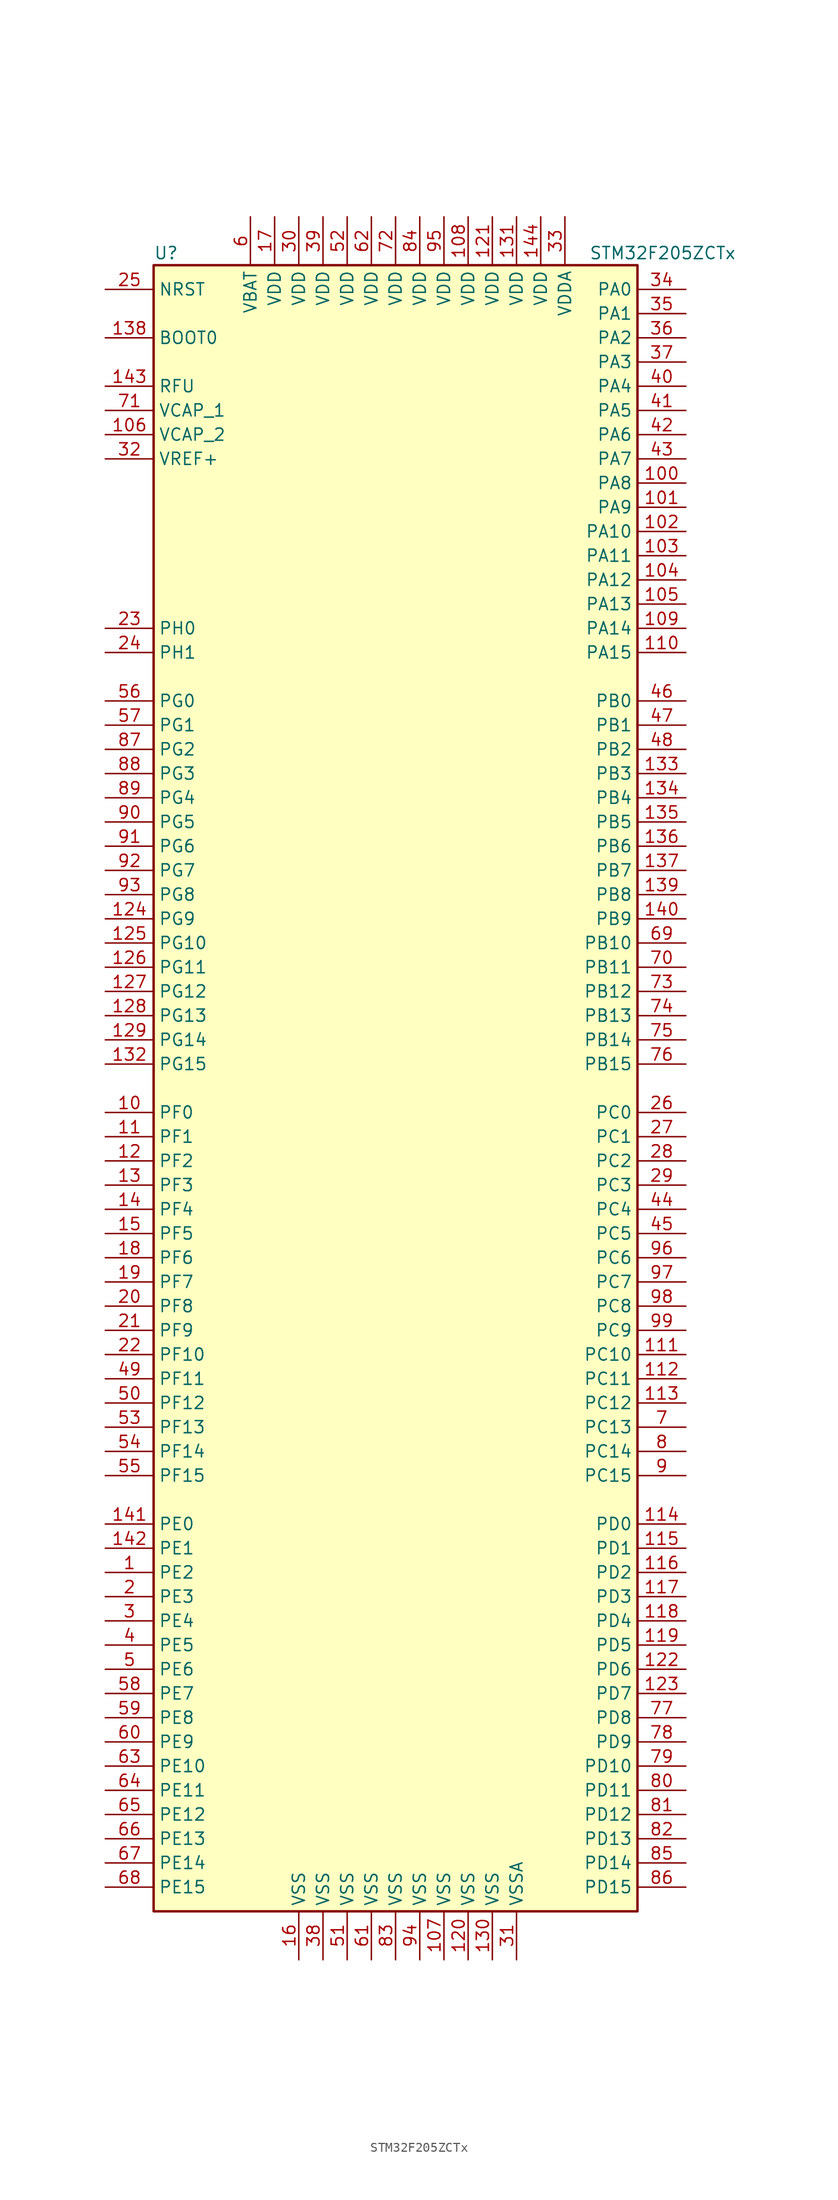
<source format=kicad_sym>
(kicad_symbol_lib
  (version 20201005)
  (generator kicad_symbol_editor)
  (symbol "STM32F205ZCTx"
    (property "Reference" "U"
      (at -25.4 87.63 0)
      (effects (font (size 1.27 1.27)) (justify left)))
    (property "Value" "STM32F205ZCTx"
      (at 20.32 87.63 0)
      (effects (font (size 1.27 1.27)) (justify left)))
    (symbol "STM32F205ZCTx_0_1"
      (rectangle (start -25.4 -86.36) (end 25.4 86.36) (stroke (width 0.254)) (fill (type background))))
    (symbol "STM32F205ZCTx_1_1"
      (pin input line (at -30.48 78.74 0) (length 5.08) (name "BOOT0" (effects (font (size 1.27 1.27)))) (number "138" (effects (font (size 1.27 1.27)))))
      (pin input line (at -30.48 83.82 0) (length 5.08) (name "NRST" (effects (font (size 1.27 1.27)))) (number "25" (effects (font (size 1.27 1.27)))))
      (pin bidirectional line (at 30.48 83.82 180) (length 5.08) (name "PA0" (effects (font (size 1.27 1.27)))) (number "34" (effects (font (size 1.27 1.27)))))
      (pin bidirectional line (at 30.48 81.28 180) (length 5.08) (name "PA1" (effects (font (size 1.27 1.27)))) (number "35" (effects (font (size 1.27 1.27)))))
      (pin bidirectional line (at 30.48 58.42 180) (length 5.08) (name "PA10" (effects (font (size 1.27 1.27)))) (number "102" (effects (font (size 1.27 1.27)))))
      (pin bidirectional line (at 30.48 55.88 180) (length 5.08) (name "PA11" (effects (font (size 1.27 1.27)))) (number "103" (effects (font (size 1.27 1.27)))))
      (pin bidirectional line (at 30.48 53.34 180) (length 5.08) (name "PA12" (effects (font (size 1.27 1.27)))) (number "104" (effects (font (size 1.27 1.27)))))
      (pin bidirectional line (at 30.48 50.8 180) (length 5.08) (name "PA13" (effects (font (size 1.27 1.27)))) (number "105" (effects (font (size 1.27 1.27)))))
      (pin bidirectional line (at 30.48 48.26 180) (length 5.08) (name "PA14" (effects (font (size 1.27 1.27)))) (number "109" (effects (font (size 1.27 1.27)))))
      (pin bidirectional line (at 30.48 45.72 180) (length 5.08) (name "PA15" (effects (font (size 1.27 1.27)))) (number "110" (effects (font (size 1.27 1.27)))))
      (pin bidirectional line (at 30.48 78.74 180) (length 5.08) (name "PA2" (effects (font (size 1.27 1.27)))) (number "36" (effects (font (size 1.27 1.27)))))
      (pin bidirectional line (at 30.48 76.2 180) (length 5.08) (name "PA3" (effects (font (size 1.27 1.27)))) (number "37" (effects (font (size 1.27 1.27)))))
      (pin bidirectional line (at 30.48 73.66 180) (length 5.08) (name "PA4" (effects (font (size 1.27 1.27)))) (number "40" (effects (font (size 1.27 1.27)))))
      (pin bidirectional line (at 30.48 71.12 180) (length 5.08) (name "PA5" (effects (font (size 1.27 1.27)))) (number "41" (effects (font (size 1.27 1.27)))))
      (pin bidirectional line (at 30.48 68.58 180) (length 5.08) (name "PA6" (effects (font (size 1.27 1.27)))) (number "42" (effects (font (size 1.27 1.27)))))
      (pin bidirectional line (at 30.48 66.04 180) (length 5.08) (name "PA7" (effects (font (size 1.27 1.27)))) (number "43" (effects (font (size 1.27 1.27)))))
      (pin bidirectional line (at 30.48 63.5 180) (length 5.08) (name "PA8" (effects (font (size 1.27 1.27)))) (number "100" (effects (font (size 1.27 1.27)))))
      (pin bidirectional line (at 30.48 60.96 180) (length 5.08) (name "PA9" (effects (font (size 1.27 1.27)))) (number "101" (effects (font (size 1.27 1.27)))))
      (pin bidirectional line (at 30.48 40.64 180) (length 5.08) (name "PB0" (effects (font (size 1.27 1.27)))) (number "46" (effects (font (size 1.27 1.27)))))
      (pin bidirectional line (at 30.48 38.1 180) (length 5.08) (name "PB1" (effects (font (size 1.27 1.27)))) (number "47" (effects (font (size 1.27 1.27)))))
      (pin bidirectional line (at 30.48 15.24 180) (length 5.08) (name "PB10" (effects (font (size 1.27 1.27)))) (number "69" (effects (font (size 1.27 1.27)))))
      (pin bidirectional line (at 30.48 12.7 180) (length 5.08) (name "PB11" (effects (font (size 1.27 1.27)))) (number "70" (effects (font (size 1.27 1.27)))))
      (pin bidirectional line (at 30.48 10.16 180) (length 5.08) (name "PB12" (effects (font (size 1.27 1.27)))) (number "73" (effects (font (size 1.27 1.27)))))
      (pin bidirectional line (at 30.48 7.62 180) (length 5.08) (name "PB13" (effects (font (size 1.27 1.27)))) (number "74" (effects (font (size 1.27 1.27)))))
      (pin bidirectional line (at 30.48 5.08 180) (length 5.08) (name "PB14" (effects (font (size 1.27 1.27)))) (number "75" (effects (font (size 1.27 1.27)))))
      (pin bidirectional line (at 30.48 2.54 180) (length 5.08) (name "PB15" (effects (font (size 1.27 1.27)))) (number "76" (effects (font (size 1.27 1.27)))))
      (pin bidirectional line (at 30.48 35.56 180) (length 5.08) (name "PB2" (effects (font (size 1.27 1.27)))) (number "48" (effects (font (size 1.27 1.27)))))
      (pin bidirectional line (at 30.48 33.02 180) (length 5.08) (name "PB3" (effects (font (size 1.27 1.27)))) (number "133" (effects (font (size 1.27 1.27)))))
      (pin bidirectional line (at 30.48 30.48 180) (length 5.08) (name "PB4" (effects (font (size 1.27 1.27)))) (number "134" (effects (font (size 1.27 1.27)))))
      (pin bidirectional line (at 30.48 27.94 180) (length 5.08) (name "PB5" (effects (font (size 1.27 1.27)))) (number "135" (effects (font (size 1.27 1.27)))))
      (pin bidirectional line (at 30.48 25.4 180) (length 5.08) (name "PB6" (effects (font (size 1.27 1.27)))) (number "136" (effects (font (size 1.27 1.27)))))
      (pin bidirectional line (at 30.48 22.86 180) (length 5.08) (name "PB7" (effects (font (size 1.27 1.27)))) (number "137" (effects (font (size 1.27 1.27)))))
      (pin bidirectional line (at 30.48 20.32 180) (length 5.08) (name "PB8" (effects (font (size 1.27 1.27)))) (number "139" (effects (font (size 1.27 1.27)))))
      (pin bidirectional line (at 30.48 17.78 180) (length 5.08) (name "PB9" (effects (font (size 1.27 1.27)))) (number "140" (effects (font (size 1.27 1.27)))))
      (pin bidirectional line (at 30.48 -2.54 180) (length 5.08) (name "PC0" (effects (font (size 1.27 1.27)))) (number "26" (effects (font (size 1.27 1.27)))))
      (pin bidirectional line (at 30.48 -5.08 180) (length 5.08) (name "PC1" (effects (font (size 1.27 1.27)))) (number "27" (effects (font (size 1.27 1.27)))))
      (pin bidirectional line (at 30.48 -27.94 180) (length 5.08) (name "PC10" (effects (font (size 1.27 1.27)))) (number "111" (effects (font (size 1.27 1.27)))))
      (pin bidirectional line (at 30.48 -30.48 180) (length 5.08) (name "PC11" (effects (font (size 1.27 1.27)))) (number "112" (effects (font (size 1.27 1.27)))))
      (pin bidirectional line (at 30.48 -33.02 180) (length 5.08) (name "PC12" (effects (font (size 1.27 1.27)))) (number "113" (effects (font (size 1.27 1.27)))))
      (pin bidirectional line (at 30.48 -35.56 180) (length 5.08) (name "PC13" (effects (font (size 1.27 1.27)))) (number "7" (effects (font (size 1.27 1.27)))))
      (pin bidirectional line (at 30.48 -38.1 180) (length 5.08) (name "PC14" (effects (font (size 1.27 1.27)))) (number "8" (effects (font (size 1.27 1.27)))))
      (pin bidirectional line (at 30.48 -40.64 180) (length 5.08) (name "PC15" (effects (font (size 1.27 1.27)))) (number "9" (effects (font (size 1.27 1.27)))))
      (pin bidirectional line (at 30.48 -7.62 180) (length 5.08) (name "PC2" (effects (font (size 1.27 1.27)))) (number "28" (effects (font (size 1.27 1.27)))))
      (pin bidirectional line (at 30.48 -10.16 180) (length 5.08) (name "PC3" (effects (font (size 1.27 1.27)))) (number "29" (effects (font (size 1.27 1.27)))))
      (pin bidirectional line (at 30.48 -12.7 180) (length 5.08) (name "PC4" (effects (font (size 1.27 1.27)))) (number "44" (effects (font (size 1.27 1.27)))))
      (pin bidirectional line (at 30.48 -15.24 180) (length 5.08) (name "PC5" (effects (font (size 1.27 1.27)))) (number "45" (effects (font (size 1.27 1.27)))))
      (pin bidirectional line (at 30.48 -17.78 180) (length 5.08) (name "PC6" (effects (font (size 1.27 1.27)))) (number "96" (effects (font (size 1.27 1.27)))))
      (pin bidirectional line (at 30.48 -20.32 180) (length 5.08) (name "PC7" (effects (font (size 1.27 1.27)))) (number "97" (effects (font (size 1.27 1.27)))))
      (pin bidirectional line (at 30.48 -22.86 180) (length 5.08) (name "PC8" (effects (font (size 1.27 1.27)))) (number "98" (effects (font (size 1.27 1.27)))))
      (pin bidirectional line (at 30.48 -25.4 180) (length 5.08) (name "PC9" (effects (font (size 1.27 1.27)))) (number "99" (effects (font (size 1.27 1.27)))))
      (pin bidirectional line (at 30.48 -45.72 180) (length 5.08) (name "PD0" (effects (font (size 1.27 1.27)))) (number "114" (effects (font (size 1.27 1.27)))))
      (pin bidirectional line (at 30.48 -48.26 180) (length 5.08) (name "PD1" (effects (font (size 1.27 1.27)))) (number "115" (effects (font (size 1.27 1.27)))))
      (pin bidirectional line (at 30.48 -71.12 180) (length 5.08) (name "PD10" (effects (font (size 1.27 1.27)))) (number "79" (effects (font (size 1.27 1.27)))))
      (pin bidirectional line (at 30.48 -73.66 180) (length 5.08) (name "PD11" (effects (font (size 1.27 1.27)))) (number "80" (effects (font (size 1.27 1.27)))))
      (pin bidirectional line (at 30.48 -76.2 180) (length 5.08) (name "PD12" (effects (font (size 1.27 1.27)))) (number "81" (effects (font (size 1.27 1.27)))))
      (pin bidirectional line (at 30.48 -78.74 180) (length 5.08) (name "PD13" (effects (font (size 1.27 1.27)))) (number "82" (effects (font (size 1.27 1.27)))))
      (pin bidirectional line (at 30.48 -81.28 180) (length 5.08) (name "PD14" (effects (font (size 1.27 1.27)))) (number "85" (effects (font (size 1.27 1.27)))))
      (pin bidirectional line (at 30.48 -83.82 180) (length 5.08) (name "PD15" (effects (font (size 1.27 1.27)))) (number "86" (effects (font (size 1.27 1.27)))))
      (pin bidirectional line (at 30.48 -50.8 180) (length 5.08) (name "PD2" (effects (font (size 1.27 1.27)))) (number "116" (effects (font (size 1.27 1.27)))))
      (pin bidirectional line (at 30.48 -53.34 180) (length 5.08) (name "PD3" (effects (font (size 1.27 1.27)))) (number "117" (effects (font (size 1.27 1.27)))))
      (pin bidirectional line (at 30.48 -55.88 180) (length 5.08) (name "PD4" (effects (font (size 1.27 1.27)))) (number "118" (effects (font (size 1.27 1.27)))))
      (pin bidirectional line (at 30.48 -58.42 180) (length 5.08) (name "PD5" (effects (font (size 1.27 1.27)))) (number "119" (effects (font (size 1.27 1.27)))))
      (pin bidirectional line (at 30.48 -60.96 180) (length 5.08) (name "PD6" (effects (font (size 1.27 1.27)))) (number "122" (effects (font (size 1.27 1.27)))))
      (pin bidirectional line (at 30.48 -63.5 180) (length 5.08) (name "PD7" (effects (font (size 1.27 1.27)))) (number "123" (effects (font (size 1.27 1.27)))))
      (pin bidirectional line (at 30.48 -66.04 180) (length 5.08) (name "PD8" (effects (font (size 1.27 1.27)))) (number "77" (effects (font (size 1.27 1.27)))))
      (pin bidirectional line (at 30.48 -68.58 180) (length 5.08) (name "PD9" (effects (font (size 1.27 1.27)))) (number "78" (effects (font (size 1.27 1.27)))))
      (pin bidirectional line (at -30.48 -45.72 0) (length 5.08) (name "PE0" (effects (font (size 1.27 1.27)))) (number "141" (effects (font (size 1.27 1.27)))))
      (pin bidirectional line (at -30.48 -48.26 0) (length 5.08) (name "PE1" (effects (font (size 1.27 1.27)))) (number "142" (effects (font (size 1.27 1.27)))))
      (pin bidirectional line (at -30.48 -71.12 0) (length 5.08) (name "PE10" (effects (font (size 1.27 1.27)))) (number "63" (effects (font (size 1.27 1.27)))))
      (pin bidirectional line (at -30.48 -73.66 0) (length 5.08) (name "PE11" (effects (font (size 1.27 1.27)))) (number "64" (effects (font (size 1.27 1.27)))))
      (pin bidirectional line (at -30.48 -76.2 0) (length 5.08) (name "PE12" (effects (font (size 1.27 1.27)))) (number "65" (effects (font (size 1.27 1.27)))))
      (pin bidirectional line (at -30.48 -78.74 0) (length 5.08) (name "PE13" (effects (font (size 1.27 1.27)))) (number "66" (effects (font (size 1.27 1.27)))))
      (pin bidirectional line (at -30.48 -81.28 0) (length 5.08) (name "PE14" (effects (font (size 1.27 1.27)))) (number "67" (effects (font (size 1.27 1.27)))))
      (pin bidirectional line (at -30.48 -83.82 0) (length 5.08) (name "PE15" (effects (font (size 1.27 1.27)))) (number "68" (effects (font (size 1.27 1.27)))))
      (pin bidirectional line (at -30.48 -50.8 0) (length 5.08) (name "PE2" (effects (font (size 1.27 1.27)))) (number "1" (effects (font (size 1.27 1.27)))))
      (pin bidirectional line (at -30.48 -53.34 0) (length 5.08) (name "PE3" (effects (font (size 1.27 1.27)))) (number "2" (effects (font (size 1.27 1.27)))))
      (pin bidirectional line (at -30.48 -55.88 0) (length 5.08) (name "PE4" (effects (font (size 1.27 1.27)))) (number "3" (effects (font (size 1.27 1.27)))))
      (pin bidirectional line (at -30.48 -58.42 0) (length 5.08) (name "PE5" (effects (font (size 1.27 1.27)))) (number "4" (effects (font (size 1.27 1.27)))))
      (pin bidirectional line (at -30.48 -60.96 0) (length 5.08) (name "PE6" (effects (font (size 1.27 1.27)))) (number "5" (effects (font (size 1.27 1.27)))))
      (pin bidirectional line (at -30.48 -63.5 0) (length 5.08) (name "PE7" (effects (font (size 1.27 1.27)))) (number "58" (effects (font (size 1.27 1.27)))))
      (pin bidirectional line (at -30.48 -66.04 0) (length 5.08) (name "PE8" (effects (font (size 1.27 1.27)))) (number "59" (effects (font (size 1.27 1.27)))))
      (pin bidirectional line (at -30.48 -68.58 0) (length 5.08) (name "PE9" (effects (font (size 1.27 1.27)))) (number "60" (effects (font (size 1.27 1.27)))))
      (pin bidirectional line (at -30.48 -2.54 0) (length 5.08) (name "PF0" (effects (font (size 1.27 1.27)))) (number "10" (effects (font (size 1.27 1.27)))))
      (pin bidirectional line (at -30.48 -5.08 0) (length 5.08) (name "PF1" (effects (font (size 1.27 1.27)))) (number "11" (effects (font (size 1.27 1.27)))))
      (pin bidirectional line (at -30.48 -27.94 0) (length 5.08) (name "PF10" (effects (font (size 1.27 1.27)))) (number "22" (effects (font (size 1.27 1.27)))))
      (pin bidirectional line (at -30.48 -30.48 0) (length 5.08) (name "PF11" (effects (font (size 1.27 1.27)))) (number "49" (effects (font (size 1.27 1.27)))))
      (pin bidirectional line (at -30.48 -33.02 0) (length 5.08) (name "PF12" (effects (font (size 1.27 1.27)))) (number "50" (effects (font (size 1.27 1.27)))))
      (pin bidirectional line (at -30.48 -35.56 0) (length 5.08) (name "PF13" (effects (font (size 1.27 1.27)))) (number "53" (effects (font (size 1.27 1.27)))))
      (pin bidirectional line (at -30.48 -38.1 0) (length 5.08) (name "PF14" (effects (font (size 1.27 1.27)))) (number "54" (effects (font (size 1.27 1.27)))))
      (pin bidirectional line (at -30.48 -40.64 0) (length 5.08) (name "PF15" (effects (font (size 1.27 1.27)))) (number "55" (effects (font (size 1.27 1.27)))))
      (pin bidirectional line (at -30.48 -7.62 0) (length 5.08) (name "PF2" (effects (font (size 1.27 1.27)))) (number "12" (effects (font (size 1.27 1.27)))))
      (pin bidirectional line (at -30.48 -10.16 0) (length 5.08) (name "PF3" (effects (font (size 1.27 1.27)))) (number "13" (effects (font (size 1.27 1.27)))))
      (pin bidirectional line (at -30.48 -12.7 0) (length 5.08) (name "PF4" (effects (font (size 1.27 1.27)))) (number "14" (effects (font (size 1.27 1.27)))))
      (pin bidirectional line (at -30.48 -15.24 0) (length 5.08) (name "PF5" (effects (font (size 1.27 1.27)))) (number "15" (effects (font (size 1.27 1.27)))))
      (pin bidirectional line (at -30.48 -17.78 0) (length 5.08) (name "PF6" (effects (font (size 1.27 1.27)))) (number "18" (effects (font (size 1.27 1.27)))))
      (pin bidirectional line (at -30.48 -20.32 0) (length 5.08) (name "PF7" (effects (font (size 1.27 1.27)))) (number "19" (effects (font (size 1.27 1.27)))))
      (pin bidirectional line (at -30.48 -22.86 0) (length 5.08) (name "PF8" (effects (font (size 1.27 1.27)))) (number "20" (effects (font (size 1.27 1.27)))))
      (pin bidirectional line (at -30.48 -25.4 0) (length 5.08) (name "PF9" (effects (font (size 1.27 1.27)))) (number "21" (effects (font (size 1.27 1.27)))))
      (pin bidirectional line (at -30.48 40.64 0) (length 5.08) (name "PG0" (effects (font (size 1.27 1.27)))) (number "56" (effects (font (size 1.27 1.27)))))
      (pin bidirectional line (at -30.48 38.1 0) (length 5.08) (name "PG1" (effects (font (size 1.27 1.27)))) (number "57" (effects (font (size 1.27 1.27)))))
      (pin bidirectional line (at -30.48 15.24 0) (length 5.08) (name "PG10" (effects (font (size 1.27 1.27)))) (number "125" (effects (font (size 1.27 1.27)))))
      (pin bidirectional line (at -30.48 12.7 0) (length 5.08) (name "PG11" (effects (font (size 1.27 1.27)))) (number "126" (effects (font (size 1.27 1.27)))))
      (pin bidirectional line (at -30.48 10.16 0) (length 5.08) (name "PG12" (effects (font (size 1.27 1.27)))) (number "127" (effects (font (size 1.27 1.27)))))
      (pin bidirectional line (at -30.48 7.62 0) (length 5.08) (name "PG13" (effects (font (size 1.27 1.27)))) (number "128" (effects (font (size 1.27 1.27)))))
      (pin bidirectional line (at -30.48 5.08 0) (length 5.08) (name "PG14" (effects (font (size 1.27 1.27)))) (number "129" (effects (font (size 1.27 1.27)))))
      (pin bidirectional line (at -30.48 2.54 0) (length 5.08) (name "PG15" (effects (font (size 1.27 1.27)))) (number "132" (effects (font (size 1.27 1.27)))))
      (pin bidirectional line (at -30.48 35.56 0) (length 5.08) (name "PG2" (effects (font (size 1.27 1.27)))) (number "87" (effects (font (size 1.27 1.27)))))
      (pin bidirectional line (at -30.48 33.02 0) (length 5.08) (name "PG3" (effects (font (size 1.27 1.27)))) (number "88" (effects (font (size 1.27 1.27)))))
      (pin bidirectional line (at -30.48 30.48 0) (length 5.08) (name "PG4" (effects (font (size 1.27 1.27)))) (number "89" (effects (font (size 1.27 1.27)))))
      (pin bidirectional line (at -30.48 27.94 0) (length 5.08) (name "PG5" (effects (font (size 1.27 1.27)))) (number "90" (effects (font (size 1.27 1.27)))))
      (pin bidirectional line (at -30.48 25.4 0) (length 5.08) (name "PG6" (effects (font (size 1.27 1.27)))) (number "91" (effects (font (size 1.27 1.27)))))
      (pin bidirectional line (at -30.48 22.86 0) (length 5.08) (name "PG7" (effects (font (size 1.27 1.27)))) (number "92" (effects (font (size 1.27 1.27)))))
      (pin bidirectional line (at -30.48 20.32 0) (length 5.08) (name "PG8" (effects (font (size 1.27 1.27)))) (number "93" (effects (font (size 1.27 1.27)))))
      (pin bidirectional line (at -30.48 17.78 0) (length 5.08) (name "PG9" (effects (font (size 1.27 1.27)))) (number "124" (effects (font (size 1.27 1.27)))))
      (pin input line (at -30.48 48.26 0) (length 5.08) (name "PH0" (effects (font (size 1.27 1.27)))) (number "23" (effects (font (size 1.27 1.27)))))
      (pin input line (at -30.48 45.72 0) (length 5.08) (name "PH1" (effects (font (size 1.27 1.27)))) (number "24" (effects (font (size 1.27 1.27)))))
      (pin power_in line (at -30.48 73.66 0) (length 5.08) (name "RFU" (effects (font (size 1.27 1.27)))) (number "143" (effects (font (size 1.27 1.27)))))
      (pin power_in line (at -15.24 91.44 270) (length 5.08) (name "VBAT" (effects (font (size 1.27 1.27)))) (number "6" (effects (font (size 1.27 1.27)))))
      (pin power_in line (at -30.48 71.12 0) (length 5.08) (name "VCAP_1" (effects (font (size 1.27 1.27)))) (number "71" (effects (font (size 1.27 1.27)))))
      (pin power_in line (at -30.48 68.58 0) (length 5.08) (name "VCAP_2" (effects (font (size 1.27 1.27)))) (number "106" (effects (font (size 1.27 1.27)))))
      (pin power_in line (at 7.62 91.44 270) (length 5.08) (name "VDD" (effects (font (size 1.27 1.27)))) (number "108" (effects (font (size 1.27 1.27)))))
      (pin power_in line (at 10.16 91.44 270) (length 5.08) (name "VDD" (effects (font (size 1.27 1.27)))) (number "121" (effects (font (size 1.27 1.27)))))
      (pin power_in line (at 12.7 91.44 270) (length 5.08) (name "VDD" (effects (font (size 1.27 1.27)))) (number "131" (effects (font (size 1.27 1.27)))))
      (pin power_in line (at 15.24 91.44 270) (length 5.08) (name "VDD" (effects (font (size 1.27 1.27)))) (number "144" (effects (font (size 1.27 1.27)))))
      (pin power_in line (at -12.7 91.44 270) (length 5.08) (name "VDD" (effects (font (size 1.27 1.27)))) (number "17" (effects (font (size 1.27 1.27)))))
      (pin power_in line (at -10.16 91.44 270) (length 5.08) (name "VDD" (effects (font (size 1.27 1.27)))) (number "30" (effects (font (size 1.27 1.27)))))
      (pin power_in line (at -7.62 91.44 270) (length 5.08) (name "VDD" (effects (font (size 1.27 1.27)))) (number "39" (effects (font (size 1.27 1.27)))))
      (pin power_in line (at -5.08 91.44 270) (length 5.08) (name "VDD" (effects (font (size 1.27 1.27)))) (number "52" (effects (font (size 1.27 1.27)))))
      (pin power_in line (at -2.54 91.44 270) (length 5.08) (name "VDD" (effects (font (size 1.27 1.27)))) (number "62" (effects (font (size 1.27 1.27)))))
      (pin power_in line (at 0 91.44 270) (length 5.08) (name "VDD" (effects (font (size 1.27 1.27)))) (number "72" (effects (font (size 1.27 1.27)))))
      (pin power_in line (at 2.54 91.44 270) (length 5.08) (name "VDD" (effects (font (size 1.27 1.27)))) (number "84" (effects (font (size 1.27 1.27)))))
      (pin power_in line (at 5.08 91.44 270) (length 5.08) (name "VDD" (effects (font (size 1.27 1.27)))) (number "95" (effects (font (size 1.27 1.27)))))
      (pin power_in line (at 17.78 91.44 270) (length 5.08) (name "VDDA" (effects (font (size 1.27 1.27)))) (number "33" (effects (font (size 1.27 1.27)))))
      (pin power_in line (at -30.48 66.04 0) (length 5.08) (name "VREF+" (effects (font (size 1.27 1.27)))) (number "32" (effects (font (size 1.27 1.27)))))
      (pin power_in line (at 5.08 -91.44 90) (length 5.08) (name "VSS" (effects (font (size 1.27 1.27)))) (number "107" (effects (font (size 1.27 1.27)))))
      (pin power_in line (at 7.62 -91.44 90) (length 5.08) (name "VSS" (effects (font (size 1.27 1.27)))) (number "120" (effects (font (size 1.27 1.27)))))
      (pin power_in line (at 10.16 -91.44 90) (length 5.08) (name "VSS" (effects (font (size 1.27 1.27)))) (number "130" (effects (font (size 1.27 1.27)))))
      (pin power_in line (at -10.16 -91.44 90) (length 5.08) (name "VSS" (effects (font (size 1.27 1.27)))) (number "16" (effects (font (size 1.27 1.27)))))
      (pin power_in line (at -7.62 -91.44 90) (length 5.08) (name "VSS" (effects (font (size 1.27 1.27)))) (number "38" (effects (font (size 1.27 1.27)))))
      (pin power_in line (at -5.08 -91.44 90) (length 5.08) (name "VSS" (effects (font (size 1.27 1.27)))) (number "51" (effects (font (size 1.27 1.27)))))
      (pin power_in line (at -2.54 -91.44 90) (length 5.08) (name "VSS" (effects (font (size 1.27 1.27)))) (number "61" (effects (font (size 1.27 1.27)))))
      (pin power_in line (at 0 -91.44 90) (length 5.08) (name "VSS" (effects (font (size 1.27 1.27)))) (number "83" (effects (font (size 1.27 1.27)))))
      (pin power_in line (at 2.54 -91.44 90) (length 5.08) (name "VSS" (effects (font (size 1.27 1.27)))) (number "94" (effects (font (size 1.27 1.27)))))
      (pin power_in line (at 12.7 -91.44 90) (length 5.08) (name "VSSA" (effects (font (size 1.27 1.27)))) (number "31" (effects (font (size 1.27 1.27))))))))
</source>
